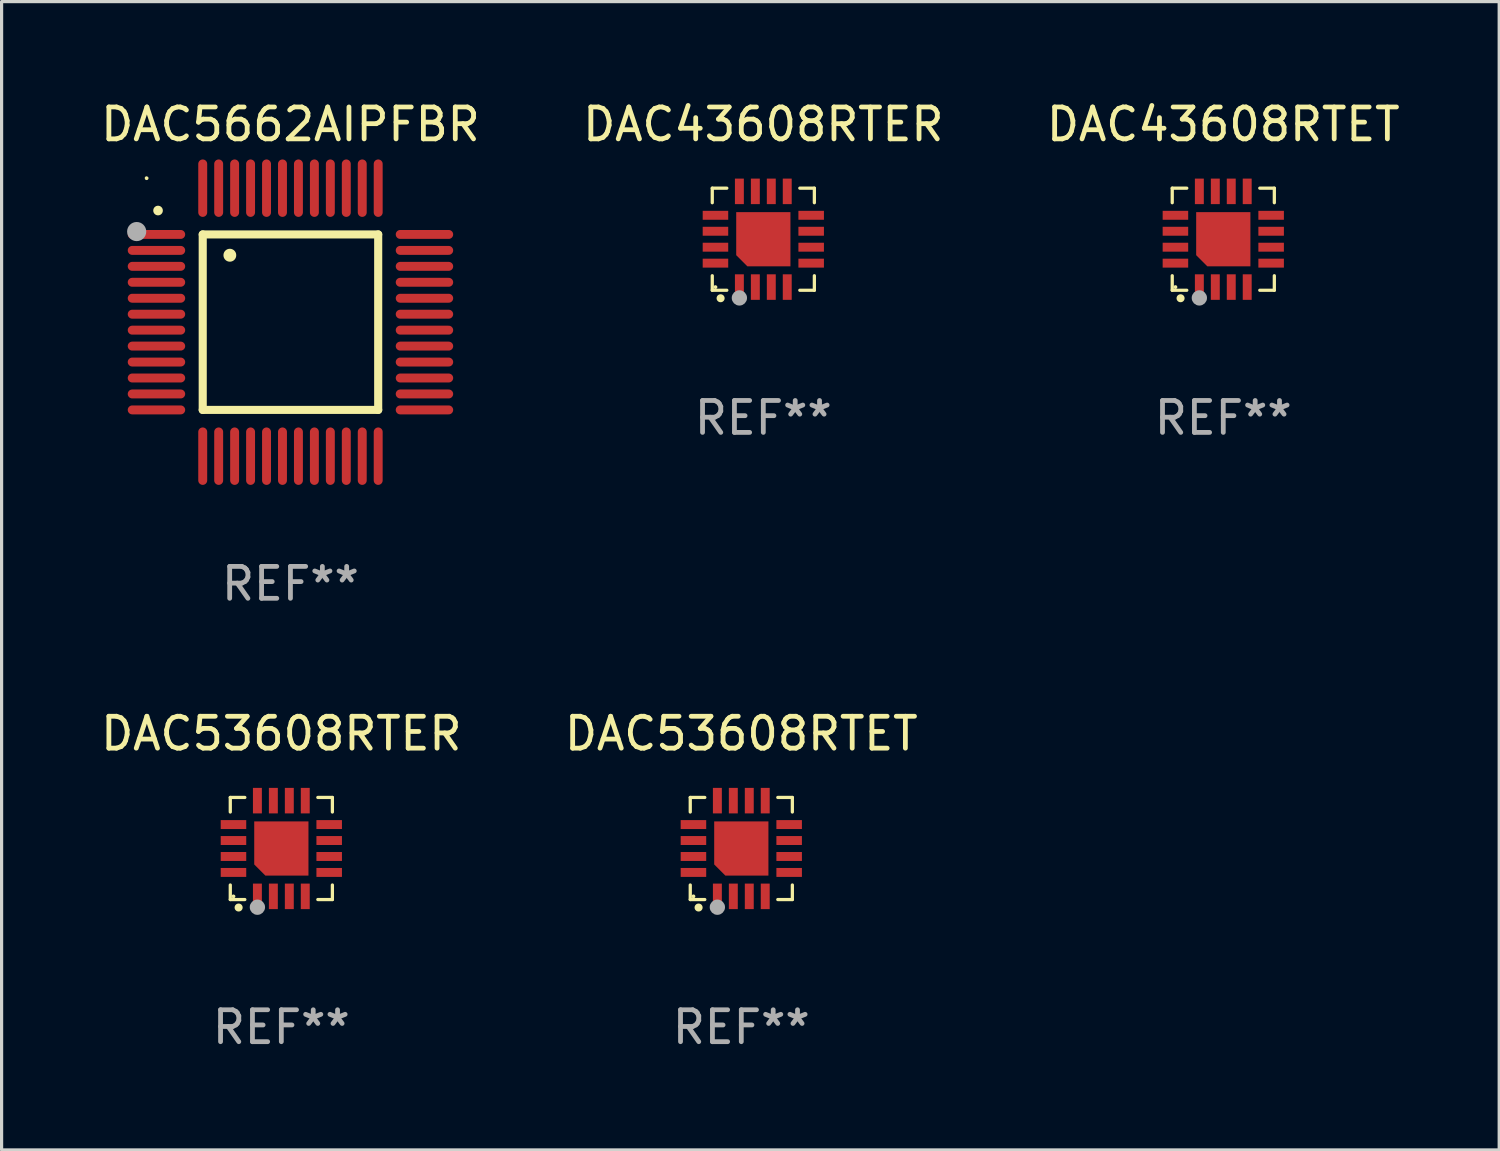
<source format=kicad_pcb>
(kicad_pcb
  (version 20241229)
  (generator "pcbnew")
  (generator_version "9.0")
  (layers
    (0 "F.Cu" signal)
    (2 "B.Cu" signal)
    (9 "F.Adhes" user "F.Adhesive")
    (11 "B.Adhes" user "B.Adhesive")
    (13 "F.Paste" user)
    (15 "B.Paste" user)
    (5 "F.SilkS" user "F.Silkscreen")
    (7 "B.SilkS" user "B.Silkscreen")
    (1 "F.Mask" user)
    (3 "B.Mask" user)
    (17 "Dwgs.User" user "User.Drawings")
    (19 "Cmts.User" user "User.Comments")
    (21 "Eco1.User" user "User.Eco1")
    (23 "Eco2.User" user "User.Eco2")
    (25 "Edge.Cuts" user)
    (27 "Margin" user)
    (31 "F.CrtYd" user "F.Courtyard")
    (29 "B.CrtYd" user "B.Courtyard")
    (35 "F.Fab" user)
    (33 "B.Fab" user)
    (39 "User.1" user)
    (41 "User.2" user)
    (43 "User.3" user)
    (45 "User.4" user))
  (footprint "DAC5662AIPFBR"
    (layer "F.Cu")
    (at 6.054 7.048)
    (property "Reference" "DAC5662AIPFBR" (at 0 -6.2 0) (layer "F.SilkS") (effects (font (size 1 1) (thickness 0.15))))
    (attr through_hole)
    (fp_line (start -2.75 -2.75) (end 2.75 -2.75) (stroke (width 0.254) (type solid)) (layer "F.SilkS"))
    (fp_line (start -2.75 2.75) (end -2.75 -2.75) (stroke (width 0.254) (type solid)) (layer "F.SilkS"))
    (fp_line (start 2.75 -2.75) (end 2.75 2.75) (stroke (width 0.254) (type solid)) (layer "F.SilkS"))
    (fp_line (start 2.75 2.75) (end -2.75 2.75) (stroke (width 0.254) (type solid)) (layer "F.SilkS"))
    (fp_arc (start -4.150368 -3.497587) (mid -4.150373 -3.498857) (end -4.150368 -3.500127) (stroke (width 0.3) (type solid)) (layer "F.SilkS"))
    (fp_arc (start -1.899924 -2.095504) (mid -1.89994 -2.098044) (end -1.899924 -2.100584) (stroke (width 0.4) (type solid)) (layer "F.SilkS"))
    (fp_circle (center -4.509 -4.513) (end -4.479 -4.513) (stroke (width 0.06) (type solid)) (fill no) (layer "F.SilkS"))
    (fp_circle (center -4.82 -2.84) (end -4.67 -2.84) (stroke (width 0.3) (type solid)) (fill no) (layer "F.Fab"))
    (fp_text user "REF**" (at 0 8.2 0) (layer "F.Fab") (effects (font (size 1 1) (thickness 0.15))))
    (pad "1" smd oval (at -4.2 -2.75 90) (size 0.28 1.8) (layers "F.Cu" "F.Mask" "F.Paste"))
    (pad "2" smd oval (at -4.2 -2.25 90) (size 0.28 1.8) (layers "F.Cu" "F.Mask" "F.Paste"))
    (pad "3" smd oval (at -4.2 -1.75 90) (size 0.28 1.8) (layers "F.Cu" "F.Mask" "F.Paste"))
    (pad "4" smd oval (at -4.2 -1.25 90) (size 0.28 1.8) (layers "F.Cu" "F.Mask" "F.Paste"))
    (pad "5" smd oval (at -4.2 -0.75 90) (size 0.28 1.8) (layers "F.Cu" "F.Mask" "F.Paste"))
    (pad "6" smd oval (at -4.2 -0.25 90) (size 0.28 1.8) (layers "F.Cu" "F.Mask" "F.Paste"))
    (pad "7" smd oval (at -4.2 0.25 90) (size 0.28 1.8) (layers "F.Cu" "F.Mask" "F.Paste"))
    (pad "8" smd oval (at -4.2 0.75 90) (size 0.28 1.8) (layers "F.Cu" "F.Mask" "F.Paste"))
    (pad "9" smd oval (at -4.2 1.25 90) (size 0.28 1.8) (layers "F.Cu" "F.Mask" "F.Paste"))
    (pad "10" smd oval (at -4.2 1.75 90) (size 0.28 1.8) (layers "F.Cu" "F.Mask" "F.Paste"))
    (pad "11" smd oval (at -4.2 2.25 90) (size 0.28 1.8) (layers "F.Cu" "F.Mask" "F.Paste"))
    (pad "12" smd oval (at -4.2 2.75 90) (size 0.28 1.8) (layers "F.Cu" "F.Mask" "F.Paste"))
    (pad "13" smd oval (at -2.75 4.2) (size 0.28 1.8) (layers "F.Cu" "F.Mask" "F.Paste"))
    (pad "14" smd oval (at -2.25 4.2) (size 0.28 1.8) (layers "F.Cu" "F.Mask" "F.Paste"))
    (pad "15" smd oval (at -1.75 4.2) (size 0.28 1.8) (layers "F.Cu" "F.Mask" "F.Paste"))
    (pad "16" smd oval (at -1.25 4.2) (size 0.28 1.8) (layers "F.Cu" "F.Mask" "F.Paste"))
    (pad "17" smd oval (at -0.75 4.2) (size 0.28 1.8) (layers "F.Cu" "F.Mask" "F.Paste"))
    (pad "18" smd oval (at -0.25 4.2) (size 0.28 1.8) (layers "F.Cu" "F.Mask" "F.Paste"))
    (pad "19" smd oval (at 0.25 4.2) (size 0.28 1.8) (layers "F.Cu" "F.Mask" "F.Paste"))
    (pad "20" smd oval (at 0.75 4.2) (size 0.28 1.8) (layers "F.Cu" "F.Mask" "F.Paste"))
    (pad "21" smd oval (at 1.25 4.2) (size 0.28 1.8) (layers "F.Cu" "F.Mask" "F.Paste"))
    (pad "22" smd oval (at 1.75 4.2) (size 0.28 1.8) (layers "F.Cu" "F.Mask" "F.Paste"))
    (pad "23" smd oval (at 2.25 4.2) (size 0.28 1.8) (layers "F.Cu" "F.Mask" "F.Paste"))
    (pad "24" smd oval (at 2.75 4.2) (size 0.28 1.8) (layers "F.Cu" "F.Mask" "F.Paste"))
    (pad "25" smd oval (at 4.2 2.75 90) (size 0.28 1.8) (layers "F.Cu" "F.Mask" "F.Paste"))
    (pad "26" smd oval (at 4.2 2.25 90) (size 0.28 1.8) (layers "F.Cu" "F.Mask" "F.Paste"))
    (pad "27" smd oval (at 4.2 1.75 90) (size 0.28 1.8) (layers "F.Cu" "F.Mask" "F.Paste"))
    (pad "28" smd oval (at 4.2 1.25 90) (size 0.28 1.8) (layers "F.Cu" "F.Mask" "F.Paste"))
    (pad "29" smd oval (at 4.2 0.75 90) (size 0.28 1.8) (layers "F.Cu" "F.Mask" "F.Paste"))
    (pad "30" smd oval (at 4.2 0.25 90) (size 0.28 1.8) (layers "F.Cu" "F.Mask" "F.Paste"))
    (pad "31" smd oval (at 4.2 -0.25 90) (size 0.28 1.8) (layers "F.Cu" "F.Mask" "F.Paste"))
    (pad "32" smd oval (at 4.2 -0.75 90) (size 0.28 1.8) (layers "F.Cu" "F.Mask" "F.Paste"))
    (pad "33" smd oval (at 4.2 -1.25 90) (size 0.28 1.8) (layers "F.Cu" "F.Mask" "F.Paste"))
    (pad "34" smd oval (at 4.2 -1.75 90) (size 0.28 1.8) (layers "F.Cu" "F.Mask" "F.Paste"))
    (pad "35" smd oval (at 4.2 -2.25 90) (size 0.28 1.8) (layers "F.Cu" "F.Mask" "F.Paste"))
    (pad "36" smd oval (at 4.2 -2.75 90) (size 0.28 1.8) (layers "F.Cu" "F.Mask" "F.Paste"))
    (pad "37" smd oval (at 2.75 -4.2) (size 0.28 1.8) (layers "F.Cu" "F.Mask" "F.Paste"))
    (pad "38" smd oval (at 2.25 -4.2) (size 0.28 1.8) (layers "F.Cu" "F.Mask" "F.Paste"))
    (pad "39" smd oval (at 1.75 -4.2) (size 0.28 1.8) (layers "F.Cu" "F.Mask" "F.Paste"))
    (pad "40" smd oval (at 1.25 -4.2) (size 0.28 1.8) (layers "F.Cu" "F.Mask" "F.Paste"))
    (pad "41" smd oval (at 0.75 -4.2) (size 0.28 1.8) (layers "F.Cu" "F.Mask" "F.Paste"))
    (pad "42" smd oval (at 0.25 -4.2) (size 0.28 1.8) (layers "F.Cu" "F.Mask" "F.Paste"))
    (pad "43" smd oval (at -0.25 -4.2) (size 0.28 1.8) (layers "F.Cu" "F.Mask" "F.Paste"))
    (pad "44" smd oval (at -0.75 -4.2) (size 0.28 1.8) (layers "F.Cu" "F.Mask" "F.Paste"))
    (pad "45" smd oval (at -1.25 -4.2) (size 0.28 1.8) (layers "F.Cu" "F.Mask" "F.Paste"))
    (pad "46" smd oval (at -1.75 -4.2) (size 0.28 1.8) (layers "F.Cu" "F.Mask" "F.Paste"))
    (pad "47" smd oval (at -2.25 -4.2) (size 0.28 1.8) (layers "F.Cu" "F.Mask" "F.Paste"))
    (pad "48" smd oval (at -2.75 -4.2) (size 0.28 1.8) (layers "F.Cu" "F.Mask" "F.Paste")))
  (footprint "DAC53608RTER"
    (layer "F.Cu")
    (at 5.768 23.545)
    (property "Reference" "DAC53608RTER" (at 0 -3.6 0) (layer "F.SilkS") (effects (font (size 1 1) (thickness 0.15))))
    (attr through_hole)
    (fp_line (start -1.6 -1.6) (end -1.6 -1.144) (stroke (width 0.102) (type solid)) (layer "F.SilkS"))
    (fp_line (start -1.6 -1.6) (end -1.144 -1.6) (stroke (width 0.102) (type solid)) (layer "F.SilkS"))
    (fp_line (start -1.6 1.144) (end -1.6 1.6) (stroke (width 0.102) (type solid)) (layer "F.SilkS"))
    (fp_line (start -1.6 1.6) (end -1.144 1.6) (stroke (width 0.102) (type solid)) (layer "F.SilkS"))
    (fp_line (start 1.144 -1.6) (end 1.6 -1.6) (stroke (width 0.102) (type solid)) (layer "F.SilkS"))
    (fp_line (start 1.144 1.6) (end 1.6 1.6) (stroke (width 0.102) (type solid)) (layer "F.SilkS"))
    (fp_line (start 1.6 -1.144) (end 1.6 -1.6) (stroke (width 0.102) (type solid)) (layer "F.SilkS"))
    (fp_line (start 1.6 1.6) (end 1.6 1.144) (stroke (width 0.102) (type solid)) (layer "F.SilkS"))
    (fp_arc (start -1.339954 1.850114) (mid -1.338684 1.850043) (end -1.337414 1.850114) (stroke (width 0.25) (type solid)) (layer "F.SilkS"))
    (fp_circle (center -1.5 1.5) (end -1.47 1.5) (stroke (width 0.06) (type solid)) (fill no) (layer "F.SilkS"))
    (fp_circle (center -0.75 1.84) (end -0.63 1.84) (stroke (width 0.24) (type solid)) (fill no) (layer "F.Fab"))
    (fp_text user "REF**" (at 0 5.6 0) (layer "F.Fab") (effects (font (size 1 1) (thickness 0.15))))
    (pad "1" smd rect (at -0.75 1.5) (size 0.28 0.8) (layers "F.Cu" "F.Mask" "F.Paste"))
    (pad "2" smd rect (at -0.25 1.5) (size 0.28 0.8) (layers "F.Cu" "F.Mask" "F.Paste"))
    (pad "3" smd rect (at 0.25 1.5) (size 0.28 0.8) (layers "F.Cu" "F.Mask" "F.Paste"))
    (pad "4" smd rect (at 0.75 1.5) (size 0.28 0.8) (layers "F.Cu" "F.Mask" "F.Paste"))
    (pad "5" smd rect (at 1.5 0.75) (size 0.8 0.28) (layers "F.Cu" "F.Mask" "F.Paste"))
    (pad "6" smd rect (at 1.5 0.25) (size 0.8 0.28) (layers "F.Cu" "F.Mask" "F.Paste"))
    (pad "7" smd rect (at 1.5 -0.25) (size 0.8 0.28) (layers "F.Cu" "F.Mask" "F.Paste"))
    (pad "8" smd rect (at 1.5 -0.75) (size 0.8 0.28) (layers "F.Cu" "F.Mask" "F.Paste"))
    (pad "9" smd rect (at 0.75 -1.5) (size 0.28 0.8) (layers "F.Cu" "F.Mask" "F.Paste"))
    (pad "10" smd rect (at 0.25 -1.5) (size 0.28 0.8) (layers "F.Cu" "F.Mask" "F.Paste"))
    (pad "11" smd rect (at -0.25 -1.5) (size 0.28 0.8) (layers "F.Cu" "F.Mask" "F.Paste"))
    (pad "12" smd rect (at -0.75 -1.5) (size 0.28 0.8) (layers "F.Cu" "F.Mask" "F.Paste"))
    (pad "13" smd rect (at -1.5 -0.75) (size 0.8 0.28) (layers "F.Cu" "F.Mask" "F.Paste"))
    (pad "14" smd rect (at -1.5 -0.25) (size 0.8 0.28) (layers "F.Cu" "F.Mask" "F.Paste"))
    (pad "15" smd rect (at -1.5 0.25) (size 0.8 0.28) (layers "F.Cu" "F.Mask" "F.Paste"))
    (pad "16" smd rect (at -1.5 0.75) (size 0.8 0.28) (layers "F.Cu" "F.Mask" "F.Paste"))
    (pad "17" smd custom (at 0.000178 -0.000025) (size 1.7 1.7) (layers "F.Cu" "F.Mask" "F.Paste") (options (anchor circle)) (primitives (gr_poly (pts (xy -0.85 -0.85) (xy 0.85 -0.85) (xy 0.85 0.85) (xy -0.5 0.85) (xy -0.85 0.5)) (width 0) (fill yes)))))
  (footprint "DAC43608RTET"
    (layer "F.Cu")
    (at 35.292 4.448)
    (property "Reference" "DAC43608RTET" (at 0 -3.6 0) (layer "F.SilkS") (effects (font (size 1 1) (thickness 0.15))))
    (attr through_hole)
    (fp_line (start -1.6 -1.6) (end -1.6 -1.144) (stroke (width 0.102) (type solid)) (layer "F.SilkS"))
    (fp_line (start -1.6 -1.6) (end -1.144 -1.6) (stroke (width 0.102) (type solid)) (layer "F.SilkS"))
    (fp_line (start -1.6 1.144) (end -1.6 1.6) (stroke (width 0.102) (type solid)) (layer "F.SilkS"))
    (fp_line (start -1.6 1.6) (end -1.144 1.6) (stroke (width 0.102) (type solid)) (layer "F.SilkS"))
    (fp_line (start 1.144 -1.6) (end 1.6 -1.6) (stroke (width 0.102) (type solid)) (layer "F.SilkS"))
    (fp_line (start 1.144 1.6) (end 1.6 1.6) (stroke (width 0.102) (type solid)) (layer "F.SilkS"))
    (fp_line (start 1.6 -1.144) (end 1.6 -1.6) (stroke (width 0.102) (type solid)) (layer "F.SilkS"))
    (fp_line (start 1.6 1.6) (end 1.6 1.144) (stroke (width 0.102) (type solid)) (layer "F.SilkS"))
    (fp_arc (start -1.339954 1.850114) (mid -1.338684 1.850043) (end -1.337414 1.850114) (stroke (width 0.25) (type solid)) (layer "F.SilkS"))
    (fp_circle (center -1.5 1.5) (end -1.47 1.5) (stroke (width 0.06) (type solid)) (fill no) (layer "F.SilkS"))
    (fp_circle (center -0.75 1.84) (end -0.63 1.84) (stroke (width 0.24) (type solid)) (fill no) (layer "F.Fab"))
    (fp_text user "REF**" (at 0 5.6 0) (layer "F.Fab") (effects (font (size 1 1) (thickness 0.15))))
    (pad "1" smd rect (at -0.75 1.5) (size 0.28 0.8) (layers "F.Cu" "F.Mask" "F.Paste"))
    (pad "2" smd rect (at -0.25 1.5) (size 0.28 0.8) (layers "F.Cu" "F.Mask" "F.Paste"))
    (pad "3" smd rect (at 0.25 1.5) (size 0.28 0.8) (layers "F.Cu" "F.Mask" "F.Paste"))
    (pad "4" smd rect (at 0.75 1.5) (size 0.28 0.8) (layers "F.Cu" "F.Mask" "F.Paste"))
    (pad "5" smd rect (at 1.5 0.75) (size 0.8 0.28) (layers "F.Cu" "F.Mask" "F.Paste"))
    (pad "6" smd rect (at 1.5 0.25) (size 0.8 0.28) (layers "F.Cu" "F.Mask" "F.Paste"))
    (pad "7" smd rect (at 1.5 -0.25) (size 0.8 0.28) (layers "F.Cu" "F.Mask" "F.Paste"))
    (pad "8" smd rect (at 1.5 -0.75) (size 0.8 0.28) (layers "F.Cu" "F.Mask" "F.Paste"))
    (pad "9" smd rect (at 0.75 -1.5) (size 0.28 0.8) (layers "F.Cu" "F.Mask" "F.Paste"))
    (pad "10" smd rect (at 0.25 -1.5) (size 0.28 0.8) (layers "F.Cu" "F.Mask" "F.Paste"))
    (pad "11" smd rect (at -0.25 -1.5) (size 0.28 0.8) (layers "F.Cu" "F.Mask" "F.Paste"))
    (pad "12" smd rect (at -0.75 -1.5) (size 0.28 0.8) (layers "F.Cu" "F.Mask" "F.Paste"))
    (pad "13" smd rect (at -1.5 -0.75) (size 0.8 0.28) (layers "F.Cu" "F.Mask" "F.Paste"))
    (pad "14" smd rect (at -1.5 -0.25) (size 0.8 0.28) (layers "F.Cu" "F.Mask" "F.Paste"))
    (pad "15" smd rect (at -1.5 0.25) (size 0.8 0.28) (layers "F.Cu" "F.Mask" "F.Paste"))
    (pad "16" smd rect (at -1.5 0.75) (size 0.8 0.28) (layers "F.Cu" "F.Mask" "F.Paste"))
    (pad "17" smd custom (at 0.000178 -0.000025) (size 1.7 1.7) (layers "F.Cu" "F.Mask" "F.Paste") (options (anchor circle)) (primitives (gr_poly (pts (xy -0.85 -0.85) (xy 0.85 -0.85) (xy 0.85 0.85) (xy -0.5 0.85) (xy -0.85 0.5)) (width 0) (fill yes)))))
  (footprint "DAC43608RTER"
    (layer "F.Cu")
    (at 20.875 4.448)
    (property "Reference" "DAC43608RTER" (at 0 -3.6 0) (layer "F.SilkS") (effects (font (size 1 1) (thickness 0.15))))
    (attr through_hole)
    (fp_line (start -1.6 -1.6) (end -1.6 -1.144) (stroke (width 0.102) (type solid)) (layer "F.SilkS"))
    (fp_line (start -1.6 -1.6) (end -1.144 -1.6) (stroke (width 0.102) (type solid)) (layer "F.SilkS"))
    (fp_line (start -1.6 1.144) (end -1.6 1.6) (stroke (width 0.102) (type solid)) (layer "F.SilkS"))
    (fp_line (start -1.6 1.6) (end -1.144 1.6) (stroke (width 0.102) (type solid)) (layer "F.SilkS"))
    (fp_line (start 1.144 -1.6) (end 1.6 -1.6) (stroke (width 0.102) (type solid)) (layer "F.SilkS"))
    (fp_line (start 1.144 1.6) (end 1.6 1.6) (stroke (width 0.102) (type solid)) (layer "F.SilkS"))
    (fp_line (start 1.6 -1.144) (end 1.6 -1.6) (stroke (width 0.102) (type solid)) (layer "F.SilkS"))
    (fp_line (start 1.6 1.6) (end 1.6 1.144) (stroke (width 0.102) (type solid)) (layer "F.SilkS"))
    (fp_arc (start -1.339954 1.850114) (mid -1.338684 1.850043) (end -1.337414 1.850114) (stroke (width 0.25) (type solid)) (layer "F.SilkS"))
    (fp_circle (center -1.5 1.5) (end -1.47 1.5) (stroke (width 0.06) (type solid)) (fill no) (layer "F.SilkS"))
    (fp_circle (center -0.75 1.84) (end -0.63 1.84) (stroke (width 0.24) (type solid)) (fill no) (layer "F.Fab"))
    (fp_text user "REF**" (at 0 5.6 0) (layer "F.Fab") (effects (font (size 1 1) (thickness 0.15))))
    (pad "1" smd rect (at -0.75 1.5) (size 0.28 0.8) (layers "F.Cu" "F.Mask" "F.Paste"))
    (pad "2" smd rect (at -0.25 1.5) (size 0.28 0.8) (layers "F.Cu" "F.Mask" "F.Paste"))
    (pad "3" smd rect (at 0.25 1.5) (size 0.28 0.8) (layers "F.Cu" "F.Mask" "F.Paste"))
    (pad "4" smd rect (at 0.75 1.5) (size 0.28 0.8) (layers "F.Cu" "F.Mask" "F.Paste"))
    (pad "5" smd rect (at 1.5 0.75) (size 0.8 0.28) (layers "F.Cu" "F.Mask" "F.Paste"))
    (pad "6" smd rect (at 1.5 0.25) (size 0.8 0.28) (layers "F.Cu" "F.Mask" "F.Paste"))
    (pad "7" smd rect (at 1.5 -0.25) (size 0.8 0.28) (layers "F.Cu" "F.Mask" "F.Paste"))
    (pad "8" smd rect (at 1.5 -0.75) (size 0.8 0.28) (layers "F.Cu" "F.Mask" "F.Paste"))
    (pad "9" smd rect (at 0.75 -1.5) (size 0.28 0.8) (layers "F.Cu" "F.Mask" "F.Paste"))
    (pad "10" smd rect (at 0.25 -1.5) (size 0.28 0.8) (layers "F.Cu" "F.Mask" "F.Paste"))
    (pad "11" smd rect (at -0.25 -1.5) (size 0.28 0.8) (layers "F.Cu" "F.Mask" "F.Paste"))
    (pad "12" smd rect (at -0.75 -1.5) (size 0.28 0.8) (layers "F.Cu" "F.Mask" "F.Paste"))
    (pad "13" smd rect (at -1.5 -0.75) (size 0.8 0.28) (layers "F.Cu" "F.Mask" "F.Paste"))
    (pad "14" smd rect (at -1.5 -0.25) (size 0.8 0.28) (layers "F.Cu" "F.Mask" "F.Paste"))
    (pad "15" smd rect (at -1.5 0.25) (size 0.8 0.28) (layers "F.Cu" "F.Mask" "F.Paste"))
    (pad "16" smd rect (at -1.5 0.75) (size 0.8 0.28) (layers "F.Cu" "F.Mask" "F.Paste"))
    (pad "17" smd custom (at 0.000178 -0.000025) (size 1.7 1.7) (layers "F.Cu" "F.Mask" "F.Paste") (options (anchor circle)) (primitives (gr_poly (pts (xy -0.85 -0.85) (xy 0.85 -0.85) (xy 0.85 0.85) (xy -0.5 0.85) (xy -0.85 0.5)) (width 0) (fill yes)))))
  (footprint "DAC53608RTET"
    (layer "F.Cu")
    (at 20.185 23.545)
    (property "Reference" "DAC53608RTET" (at 0 -3.6 0) (layer "F.SilkS") (effects (font (size 1 1) (thickness 0.15))))
    (attr through_hole)
    (fp_line (start -1.6 -1.6) (end -1.6 -1.144) (stroke (width 0.102) (type solid)) (layer "F.SilkS"))
    (fp_line (start -1.6 -1.6) (end -1.144 -1.6) (stroke (width 0.102) (type solid)) (layer "F.SilkS"))
    (fp_line (start -1.6 1.144) (end -1.6 1.6) (stroke (width 0.102) (type solid)) (layer "F.SilkS"))
    (fp_line (start -1.6 1.6) (end -1.144 1.6) (stroke (width 0.102) (type solid)) (layer "F.SilkS"))
    (fp_line (start 1.144 -1.6) (end 1.6 -1.6) (stroke (width 0.102) (type solid)) (layer "F.SilkS"))
    (fp_line (start 1.144 1.6) (end 1.6 1.6) (stroke (width 0.102) (type solid)) (layer "F.SilkS"))
    (fp_line (start 1.6 -1.144) (end 1.6 -1.6) (stroke (width 0.102) (type solid)) (layer "F.SilkS"))
    (fp_line (start 1.6 1.6) (end 1.6 1.144) (stroke (width 0.102) (type solid)) (layer "F.SilkS"))
    (fp_arc (start -1.339954 1.850114) (mid -1.338684 1.850043) (end -1.337414 1.850114) (stroke (width 0.25) (type solid)) (layer "F.SilkS"))
    (fp_circle (center -1.5 1.5) (end -1.47 1.5) (stroke (width 0.06) (type solid)) (fill no) (layer "F.SilkS"))
    (fp_circle (center -0.75 1.84) (end -0.63 1.84) (stroke (width 0.24) (type solid)) (fill no) (layer "F.Fab"))
    (fp_text user "REF**" (at 0 5.6 0) (layer "F.Fab") (effects (font (size 1 1) (thickness 0.15))))
    (pad "1" smd rect (at -0.75 1.5) (size 0.28 0.8) (layers "F.Cu" "F.Mask" "F.Paste"))
    (pad "2" smd rect (at -0.25 1.5) (size 0.28 0.8) (layers "F.Cu" "F.Mask" "F.Paste"))
    (pad "3" smd rect (at 0.25 1.5) (size 0.28 0.8) (layers "F.Cu" "F.Mask" "F.Paste"))
    (pad "4" smd rect (at 0.75 1.5) (size 0.28 0.8) (layers "F.Cu" "F.Mask" "F.Paste"))
    (pad "5" smd rect (at 1.5 0.75) (size 0.8 0.28) (layers "F.Cu" "F.Mask" "F.Paste"))
    (pad "6" smd rect (at 1.5 0.25) (size 0.8 0.28) (layers "F.Cu" "F.Mask" "F.Paste"))
    (pad "7" smd rect (at 1.5 -0.25) (size 0.8 0.28) (layers "F.Cu" "F.Mask" "F.Paste"))
    (pad "8" smd rect (at 1.5 -0.75) (size 0.8 0.28) (layers "F.Cu" "F.Mask" "F.Paste"))
    (pad "9" smd rect (at 0.75 -1.5) (size 0.28 0.8) (layers "F.Cu" "F.Mask" "F.Paste"))
    (pad "10" smd rect (at 0.25 -1.5) (size 0.28 0.8) (layers "F.Cu" "F.Mask" "F.Paste"))
    (pad "11" smd rect (at -0.25 -1.5) (size 0.28 0.8) (layers "F.Cu" "F.Mask" "F.Paste"))
    (pad "12" smd rect (at -0.75 -1.5) (size 0.28 0.8) (layers "F.Cu" "F.Mask" "F.Paste"))
    (pad "13" smd rect (at -1.5 -0.75) (size 0.8 0.28) (layers "F.Cu" "F.Mask" "F.Paste"))
    (pad "14" smd rect (at -1.5 -0.25) (size 0.8 0.28) (layers "F.Cu" "F.Mask" "F.Paste"))
    (pad "15" smd rect (at -1.5 0.25) (size 0.8 0.28) (layers "F.Cu" "F.Mask" "F.Paste"))
    (pad "16" smd rect (at -1.5 0.75) (size 0.8 0.28) (layers "F.Cu" "F.Mask" "F.Paste"))
    (pad "17" smd custom (at 0.000178 -0.000025) (size 1.7 1.7) (layers "F.Cu" "F.Mask" "F.Paste") (options (anchor circle)) (primitives (gr_poly (pts (xy -0.85 -0.85) (xy 0.85 -0.85) (xy 0.85 0.85) (xy -0.5 0.85) (xy -0.85 0.5)) (width 0) (fill yes)))))
  (gr_rect
    (start -3 -3)
    (end 43.94 32.993)
    (stroke (width 0.1) (type default))
    (fill no)
    (layer "Edge.Cuts")))
</source>
